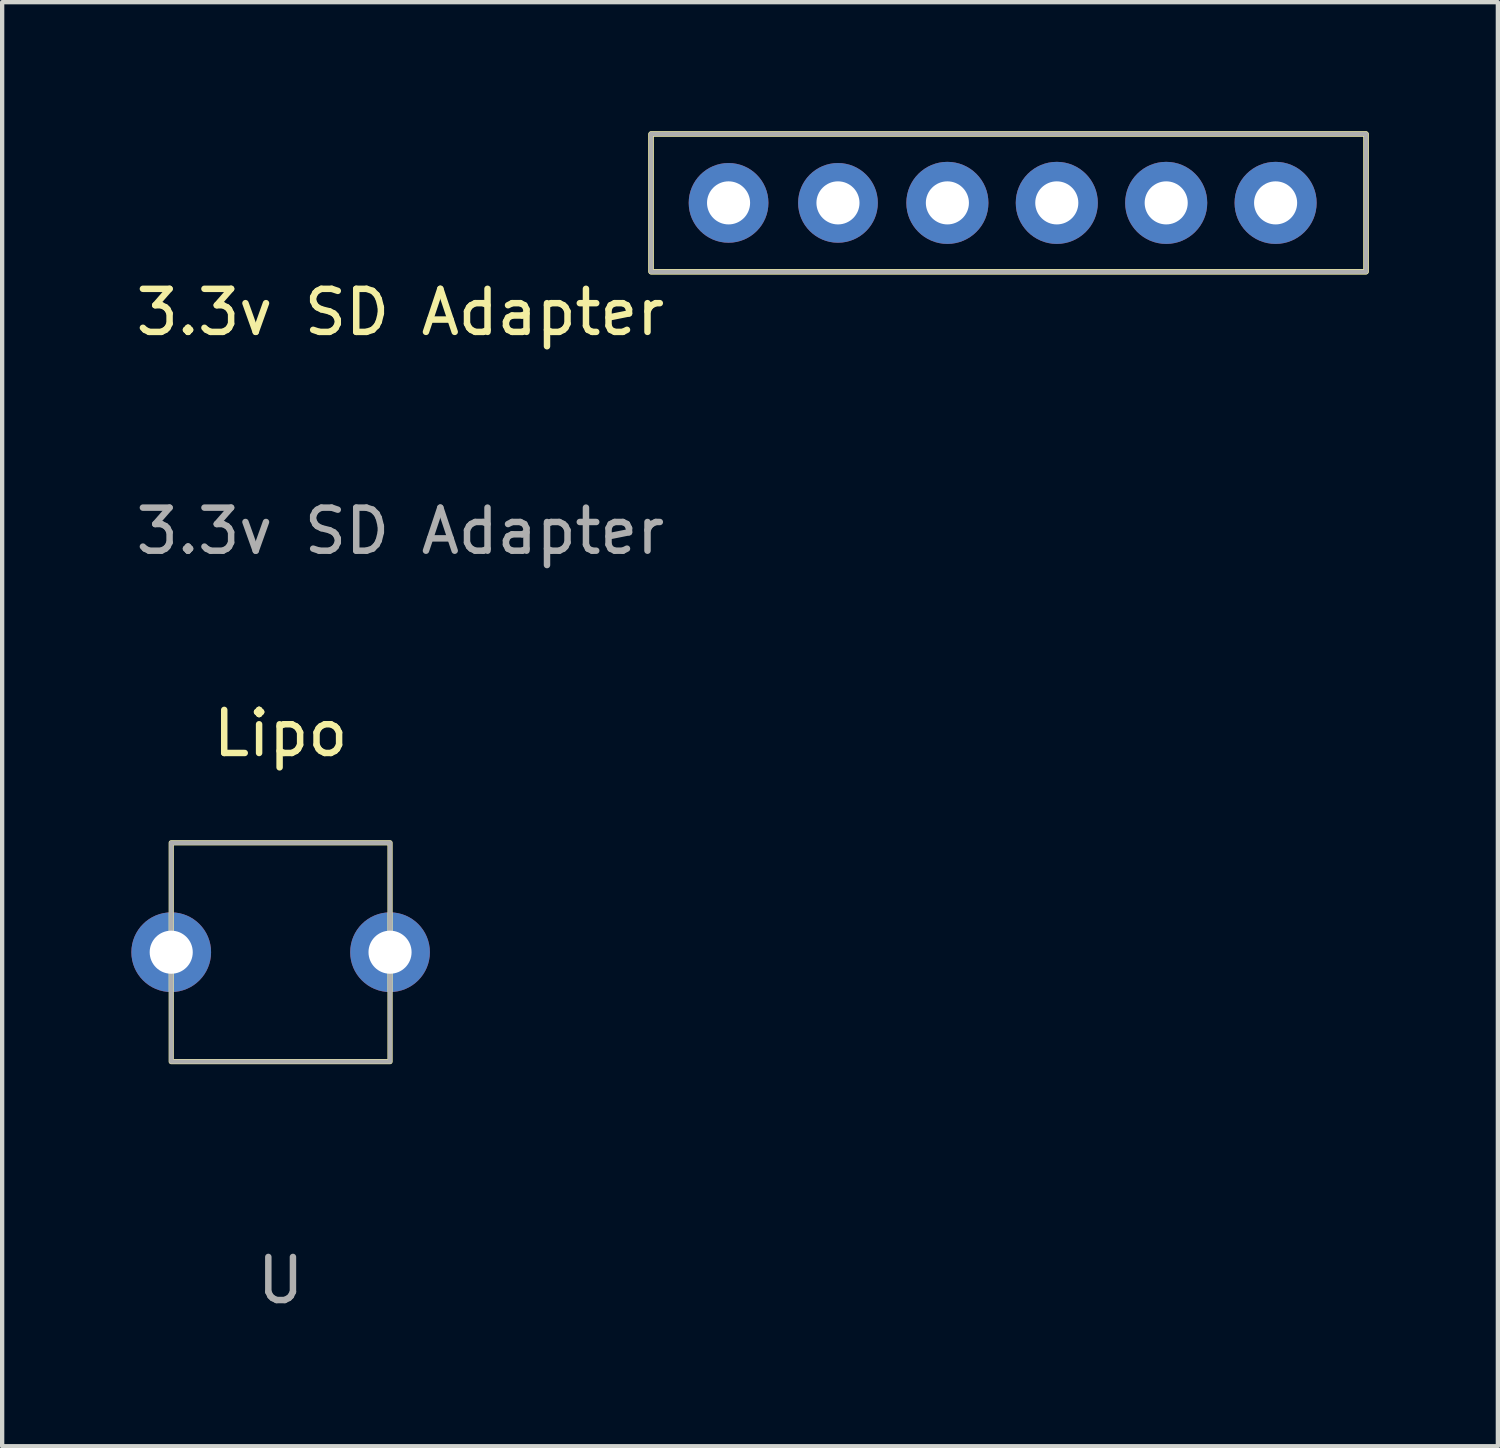
<source format=kicad_pcb>
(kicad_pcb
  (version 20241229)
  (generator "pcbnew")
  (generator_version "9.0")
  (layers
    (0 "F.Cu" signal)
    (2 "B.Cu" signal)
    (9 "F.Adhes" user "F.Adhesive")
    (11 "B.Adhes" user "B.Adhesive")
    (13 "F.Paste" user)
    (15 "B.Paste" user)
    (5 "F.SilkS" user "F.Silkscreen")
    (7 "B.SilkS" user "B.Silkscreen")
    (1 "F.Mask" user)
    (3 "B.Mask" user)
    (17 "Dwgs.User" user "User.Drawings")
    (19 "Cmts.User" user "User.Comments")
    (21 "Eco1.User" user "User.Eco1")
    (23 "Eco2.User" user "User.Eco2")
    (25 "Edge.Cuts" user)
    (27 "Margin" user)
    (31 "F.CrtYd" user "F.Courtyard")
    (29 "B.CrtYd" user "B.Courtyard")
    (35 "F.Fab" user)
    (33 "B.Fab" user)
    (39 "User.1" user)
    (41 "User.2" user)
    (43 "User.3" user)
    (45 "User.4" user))
  (footprint "3.3v SD Adapter"
    (layer "F.Cu")
    (at 13.864 1.66)
    (property "Reference" "3.3v SD Adapter" (at -7.62 2.54 0) (unlocked yes) (layer "F.SilkS") (effects (font (size 1 1) (thickness 0.15))))
    (attr smd)
    (fp_rect (start -1.8 1.6) (end 14.8 -1.6) (stroke (width 0.12) (type solid)) (fill no) (layer "F.SilkS"))
    (fp_rect (start -1.8 1.6) (end 14.8 -1.6) (stroke (width 0.12) (type solid)) (fill no) (layer "F.SilkS"))
    (fp_rect (start -1.8 1.6) (end 14.8 -1.6) (stroke (width 0.1) (type solid)) (fill no) (layer "F.Fab"))
    (fp_text user "${REFERENCE}" (at -7.62 7.62 0) (unlocked yes) (layer "F.Fab") (effects (font (size 1 1) (thickness 0.15))))
    (pad "1" thru_hole circle (at 0 0) (size 1.85 1.85) (drill 1) (layers "*.Cu" "*.Mask"))
    (pad "2" thru_hole circle (at 2.54 0) (size 1.85 1.85) (drill 1) (layers "*.Cu" "*.Mask"))
    (pad "3" thru_hole circle (at 5.08 0) (size 1.905 1.905) (drill 1) (layers "*.Cu" "*.Mask"))
    (pad "4" thru_hole circle (at 7.62 0) (size 1.905 1.905) (drill 1) (layers "*.Cu" "*.Mask"))
    (pad "5" thru_hole circle (at 10.16 0) (size 1.905 1.905) (drill 1) (layers "*.Cu" "*.Mask"))
    (pad "6" thru_hole circle (at 12.7 0) (size 1.905 1.905) (drill 1) (layers "*.Cu" "*.Mask")))
  (footprint "Lipo"
    (layer "F.Cu")
    (at 3.465 19.056)
    (property "Reference" "Lipo" (at 0 -5.08 0) (unlocked yes) (layer "F.SilkS") (effects (font (size 1 1) (thickness 0.15))))
    (attr through_hole)
    (fp_rect (start -2.54 -2.54) (end 2.54 2.54) (stroke (width 0.12) (type solid)) (fill no) (layer "F.SilkS"))
    (fp_rect (start -2.54 -2.54) (end 2.54 2.54) (stroke (width 0.1) (type solid)) (fill no) (layer "F.Fab"))
    (fp_text user "U" (at 0 7.62 0) (unlocked yes) (layer "F.Fab") (effects (font (size 1 1) (thickness 0.15))))
    (pad "1" thru_hole circle (at -2.54 0) (size 1.85 1.85) (drill 1) (layers "*.Cu" "*.Mask"))
    (pad "2" thru_hole circle (at 2.54 0) (size 1.85 1.85) (drill 1) (layers "*.Cu" "*.Mask")))
  (gr_rect
    (start -3 -3)
    (end 31.724 30.525)
    (stroke (width 0.1) (type default))
    (fill no)
    (layer "Edge.Cuts")))
</source>
